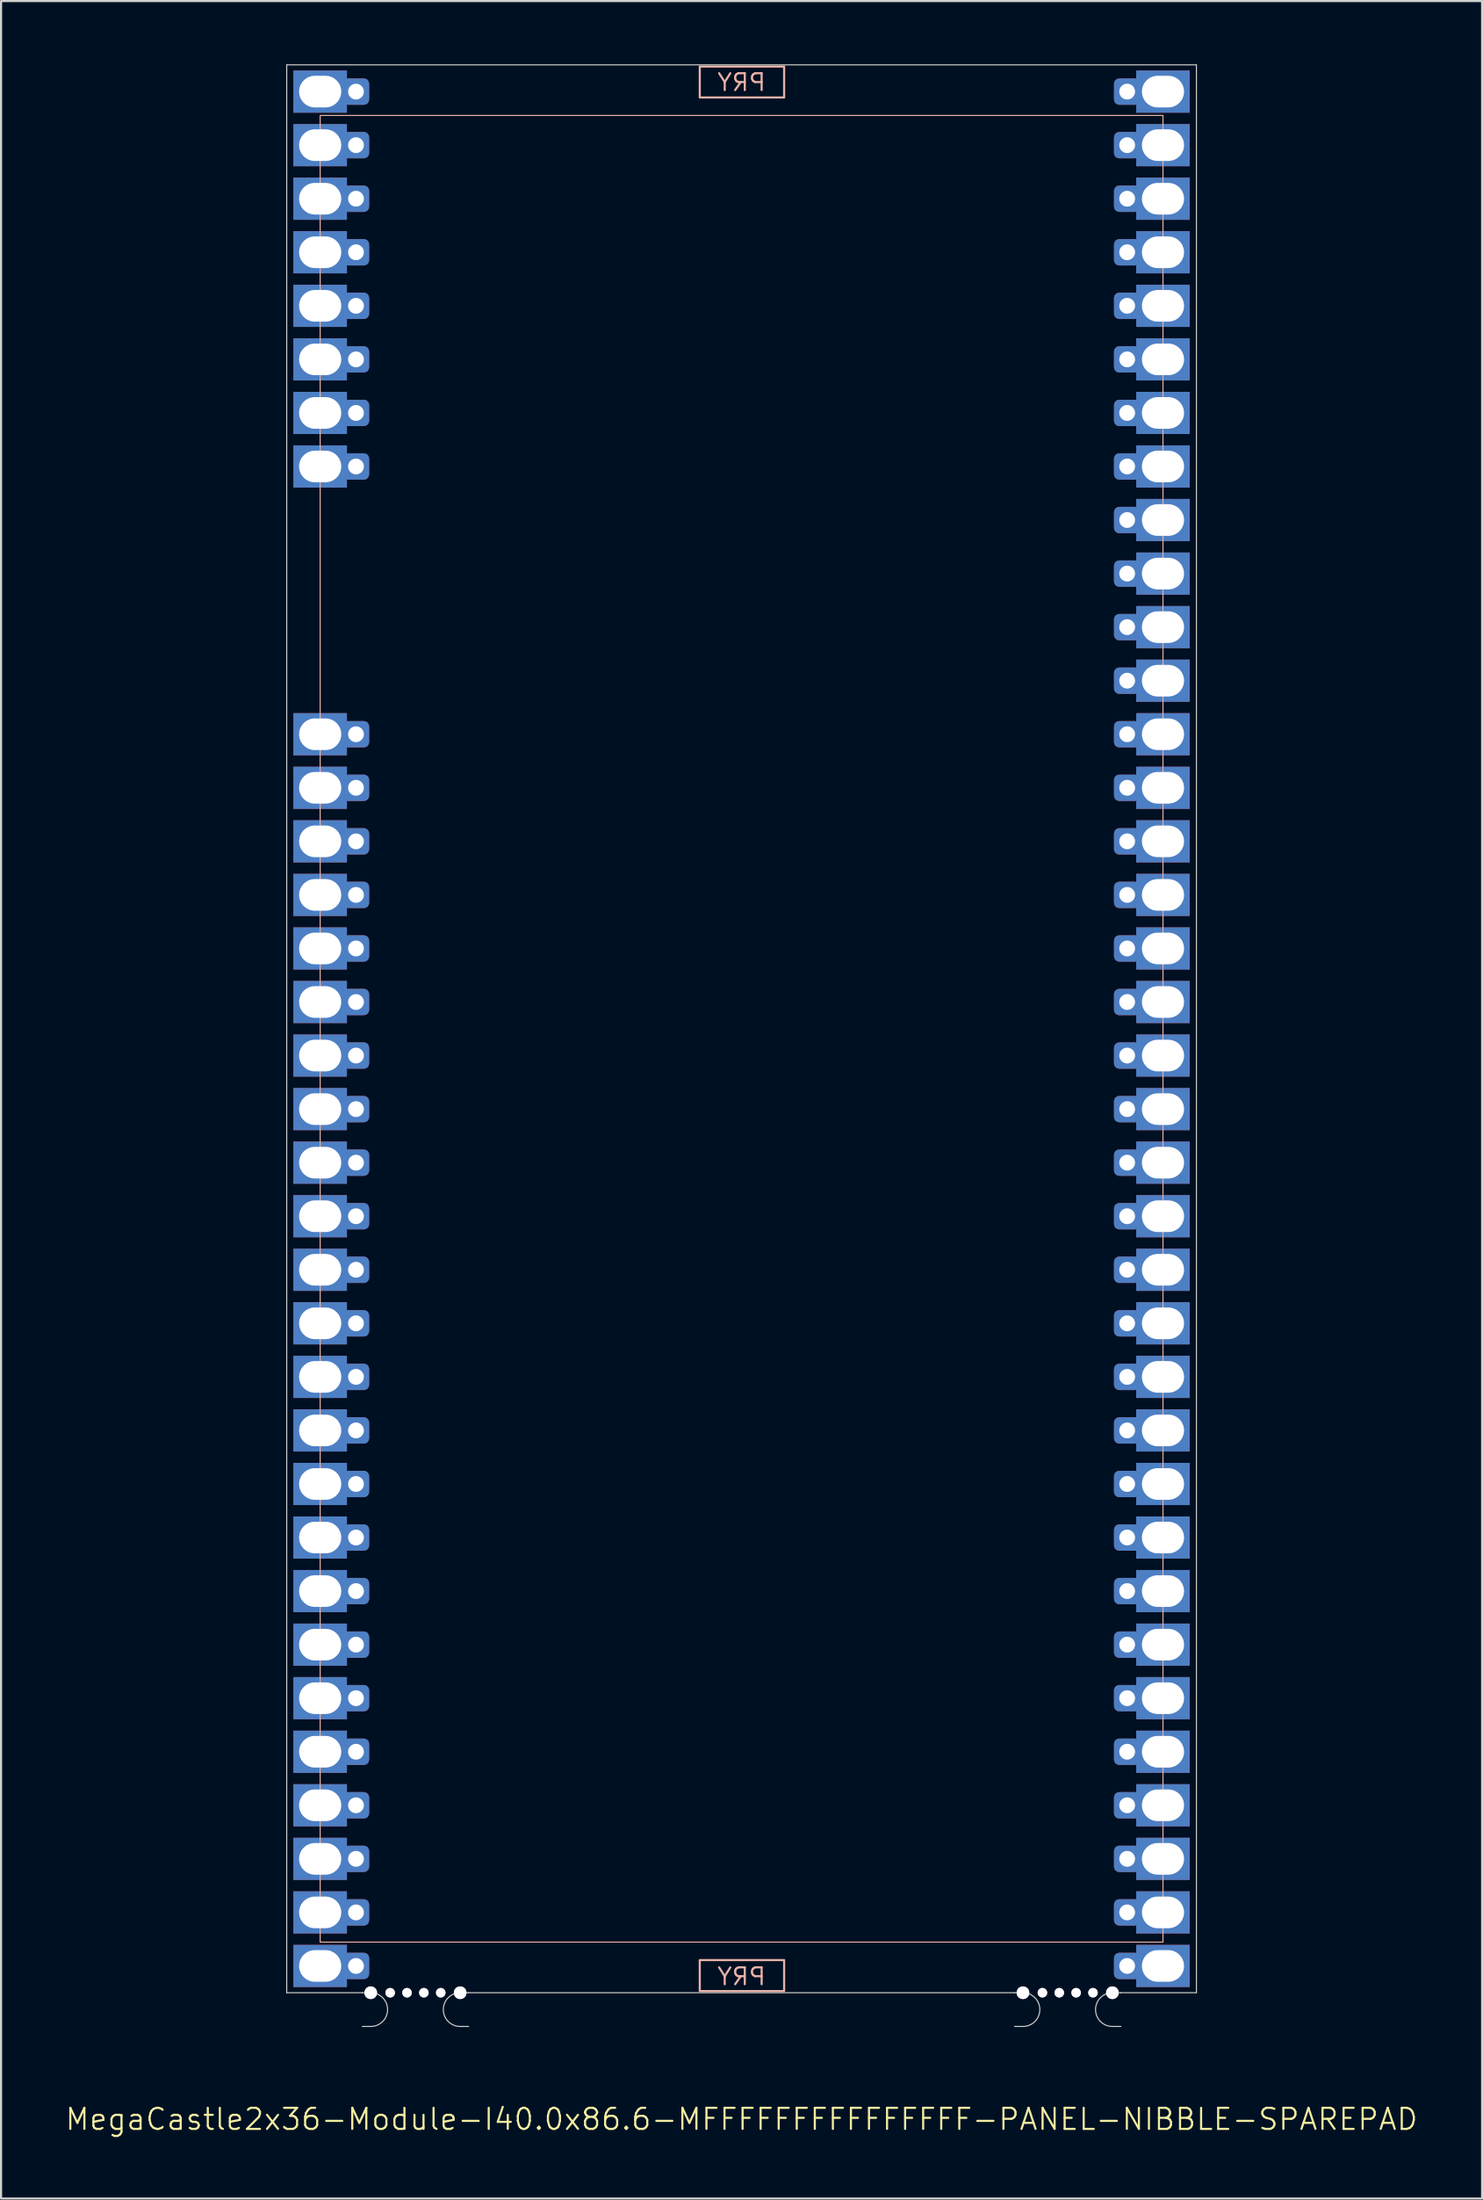
<source format=kicad_pcb>
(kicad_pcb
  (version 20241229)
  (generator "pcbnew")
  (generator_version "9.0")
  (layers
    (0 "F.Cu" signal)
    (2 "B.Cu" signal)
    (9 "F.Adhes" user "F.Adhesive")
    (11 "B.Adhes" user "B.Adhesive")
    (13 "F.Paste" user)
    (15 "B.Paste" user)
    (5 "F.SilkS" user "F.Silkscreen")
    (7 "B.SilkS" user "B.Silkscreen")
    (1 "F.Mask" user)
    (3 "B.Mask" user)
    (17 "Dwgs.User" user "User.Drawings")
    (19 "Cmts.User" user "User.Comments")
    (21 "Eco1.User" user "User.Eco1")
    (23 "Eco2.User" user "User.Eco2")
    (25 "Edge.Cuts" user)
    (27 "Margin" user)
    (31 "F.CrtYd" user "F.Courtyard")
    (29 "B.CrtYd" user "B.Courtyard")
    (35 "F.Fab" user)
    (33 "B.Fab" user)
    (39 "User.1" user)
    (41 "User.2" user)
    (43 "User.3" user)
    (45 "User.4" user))
  (footprint "MegaCastle2x36-Module-I40.0x86.6-MFFFFFFFFFFFFFFF-PANEL-NIBBLE-SPAREPAD"
    (layer "F.Cu")
    (at 32.145 45.745)
    (property "Reference" "MegaCastle2x36-Module-I40.0x86.6-MFFFFFFFFFFFFFFF-PANEL-NIBBLE-SPAREPAD" (at 0 51.72 0) (unlocked yes) (layer "F.SilkS") (effects (font (size 1 1) (thickness 0.1))))
    (attr smd)
    (fp_rect (start -20 43.32) (end 20 -43.32) (stroke (width 0.05) (type default)) (fill no) (layer "B.SilkS"))
    (fp_rect (start -1.984 -44.171) (end 2.02 -45.64) (stroke (width 0.1) (type default)) (fill no) (layer "B.SilkS"))
    (fp_rect (start -1.984 44.171) (end 2.02 45.64) (stroke (width 0.1) (type default)) (fill no) (layer "B.SilkS"))
    (fp_line (start -21.587 -45.72) (end -21.587 45.72) (stroke (width 0.05) (type default)) (layer "Edge.Cuts"))
    (fp_line (start -21.587 -45.72) (end 21.587 -45.72) (stroke (width 0.05) (type default)) (layer "Edge.Cuts"))
    (fp_line (start -21.587 45.72) (end -18 45.72) (stroke (width 0.05) (type default)) (layer "Edge.Cuts"))
    (fp_line (start -18 45.72) (end -17.6 45.72) (stroke (width 0.05) (type default)) (layer "Edge.Cuts"))
    (fp_line (start -18 47.32) (end -17.6 47.32) (stroke (width 0.05) (type default)) (layer "Edge.Cuts"))
    (fp_line (start -12.955 45.72) (end -13.355 45.72) (stroke (width 0.05) (type default)) (layer "Edge.Cuts"))
    (fp_line (start -12.955 45.72) (end 12.955 45.72) (stroke (width 0.05) (type default)) (layer "Edge.Cuts"))
    (fp_line (start -12.955 47.32) (end -13.355 47.32) (stroke (width 0.05) (type default)) (layer "Edge.Cuts"))
    (fp_line (start 12.955 45.72) (end 13.355 45.72) (stroke (width 0.05) (type default)) (layer "Edge.Cuts"))
    (fp_line (start 12.955 47.32) (end 13.355 47.32) (stroke (width 0.05) (type default)) (layer "Edge.Cuts"))
    (fp_line (start 18 45.72) (end 17.6 45.72) (stroke (width 0.05) (type default)) (layer "Edge.Cuts"))
    (fp_line (start 18 45.72) (end 21.587 45.72) (stroke (width 0.05) (type default)) (layer "Edge.Cuts"))
    (fp_line (start 18 47.32) (end 17.6 47.32) (stroke (width 0.05) (type default)) (layer "Edge.Cuts"))
    (fp_line (start 21.587 -45.72) (end 21.587 45.72) (stroke (width 0.05) (type default)) (layer "Edge.Cuts"))
    (fp_arc (start -17.6 45.720001) (mid -16.799999 46.52) (end -17.6 47.32) (stroke (width 0.05) (type default)) (layer "Edge.Cuts"))
    (fp_arc (start -13.355 47.32) (mid -14.154999 46.520001) (end -13.355 45.720001) (stroke (width 0.05) (type default)) (layer "Edge.Cuts"))
    (fp_arc (start 13.355001 45.720001) (mid 14.155002 46.52) (end 13.355001 47.32) (stroke (width 0.05) (type default)) (layer "Edge.Cuts"))
    (fp_arc (start 17.600002 47.32) (mid 16.8 46.52) (end 17.600002 45.720001) (stroke (width 0.05) (type default)) (layer "Edge.Cuts"))
    (fp_text user "PRY" (at 0 45.42 0) (unlocked yes) (layer "B.SilkS") (effects (font (size 0.8 0.8) (thickness 0.1)) (justify bottom mirror)))
    (fp_text user "PRY" (at 0 -44.42 0) (unlocked yes) (layer "B.SilkS") (effects (font (size 0.8 0.8) (thickness 0.1)) (justify bottom mirror)))
    (pad "" np_thru_hole circle (at -17.6 45.72) (size 0.6 0.6) (drill 0.6) (layers "*.Cu" "Edge.Cuts"))
    (pad "" np_thru_hole circle (at -16.677 45.72) (size 0.45 0.45) (drill 0.45) (layers "*.Cu" "Edge.Cuts"))
    (pad "" np_thru_hole circle (at -15.878 45.72) (size 0.45 0.45) (drill 0.45) (layers "*.Cu" "Edge.Cuts"))
    (pad "" np_thru_hole circle (at -15.078 45.72) (size 0.45 0.45) (drill 0.45) (layers "*.Cu" "Edge.Cuts"))
    (pad "" np_thru_hole circle (at -14.277 45.72) (size 0.45 0.45) (drill 0.45) (layers "*.Cu" "Edge.Cuts"))
    (pad "" np_thru_hole circle (at -13.355 45.72) (size 0.6 0.6) (drill 0.6) (layers "*.Cu" "Edge.Cuts"))
    (pad "" np_thru_hole circle (at 13.355 45.72) (size 0.6 0.6) (drill 0.6) (layers "*.Cu" "Edge.Cuts"))
    (pad "" np_thru_hole circle (at 14.278 45.72) (size 0.45 0.45) (drill 0.45) (layers "*.Cu" "Edge.Cuts"))
    (pad "" np_thru_hole circle (at 15.078 45.72) (size 0.45 0.45) (drill 0.45) (layers "*.Cu" "Edge.Cuts"))
    (pad "" np_thru_hole circle (at 15.878 45.72) (size 0.45 0.45) (drill 0.45) (layers "*.Cu" "Edge.Cuts"))
    (pad "" np_thru_hole circle (at 16.678 45.72) (size 0.45 0.45) (drill 0.45) (layers "*.Cu" "Edge.Cuts"))
    (pad "" np_thru_hole circle (at 17.6 45.72) (size 0.6 0.6) (drill 0.6) (layers "*.Cu" "Edge.Cuts"))
    (pad "1" thru_hole rect (at -20 -44.45) (size 2.54 2) (drill oval 2 1.5) (property pad_prop_castellated) (layers "*.Cu" "*.Mask"))
    (pad "1" thru_hole roundrect (at -18.3 -44.45 180) (size 1.25 1.25) (drill 0.75) (layers "*.Cu" "*.Mask") (roundrect_rratio 0.2))
    (pad "2" thru_hole rect (at -20 -41.91) (size 2.54 2) (drill oval 2 1.5) (property pad_prop_castellated) (layers "*.Cu" "*.Mask"))
    (pad "2" thru_hole roundrect (at -18.3 -41.91 180) (size 1.25 1.25) (drill 0.75) (layers "*.Cu" "*.Mask") (roundrect_rratio 0.2))
    (pad "3" thru_hole rect (at -20 -39.37) (size 2.54 2) (drill oval 2 1.5) (property pad_prop_castellated) (layers "*.Cu" "*.Mask"))
    (pad "3" thru_hole roundrect (at -18.3 -39.37 180) (size 1.25 1.25) (drill 0.75) (layers "*.Cu" "*.Mask") (roundrect_rratio 0.2))
    (pad "4" thru_hole rect (at -20 -36.83) (size 2.54 2) (drill oval 2 1.5) (property pad_prop_castellated) (layers "*.Cu" "*.Mask"))
    (pad "4" thru_hole roundrect (at -18.3 -36.83 180) (size 1.25 1.25) (drill 0.75) (layers "*.Cu" "*.Mask") (roundrect_rratio 0.2))
    (pad "5" thru_hole rect (at -20 -34.29) (size 2.54 2) (drill oval 2 1.5) (property pad_prop_castellated) (layers "*.Cu" "*.Mask"))
    (pad "5" thru_hole roundrect (at -18.3 -34.29 180) (size 1.25 1.25) (drill 0.75) (layers "*.Cu" "*.Mask") (roundrect_rratio 0.2))
    (pad "6" thru_hole rect (at -20 -31.75) (size 2.54 2) (drill oval 2 1.5) (property pad_prop_castellated) (layers "*.Cu" "*.Mask"))
    (pad "6" thru_hole roundrect (at -18.3 -31.75 180) (size 1.25 1.25) (drill 0.75) (layers "*.Cu" "*.Mask") (roundrect_rratio 0.2))
    (pad "7" thru_hole rect (at -20 -29.21) (size 2.54 2) (drill oval 2 1.5) (property pad_prop_castellated) (layers "*.Cu" "*.Mask"))
    (pad "7" thru_hole roundrect (at -18.3 -29.21 180) (size 1.25 1.25) (drill 0.75) (layers "*.Cu" "*.Mask") (roundrect_rratio 0.2))
    (pad "8" thru_hole rect (at -20 -26.67) (size 2.54 2) (drill oval 2 1.5) (property pad_prop_castellated) (layers "*.Cu" "*.Mask"))
    (pad "8" thru_hole roundrect (at -18.3 -26.67 180) (size 1.25 1.25) (drill 0.75) (layers "*.Cu" "*.Mask") (roundrect_rratio 0.2))
    (pad "13" thru_hole rect (at -20 -13.97) (size 2.54 2) (drill oval 2 1.5) (property pad_prop_castellated) (layers "*.Cu" "*.Mask"))
    (pad "13" thru_hole roundrect (at -18.3 -13.97 180) (size 1.25 1.25) (drill 0.75) (layers "*.Cu" "*.Mask") (roundrect_rratio 0.2))
    (pad "14" thru_hole rect (at -20 -11.43) (size 2.54 2) (drill oval 2 1.5) (property pad_prop_castellated) (layers "*.Cu" "*.Mask"))
    (pad "14" thru_hole roundrect (at -18.3 -11.43 180) (size 1.25 1.25) (drill 0.75) (layers "*.Cu" "*.Mask") (roundrect_rratio 0.2))
    (pad "15" thru_hole rect (at -20 -8.89) (size 2.54 2) (drill oval 2 1.5) (property pad_prop_castellated) (layers "*.Cu" "*.Mask"))
    (pad "15" thru_hole roundrect (at -18.3 -8.89 180) (size 1.25 1.25) (drill 0.75) (layers "*.Cu" "*.Mask") (roundrect_rratio 0.2))
    (pad "16" thru_hole rect (at -20 -6.35) (size 2.54 2) (drill oval 2 1.5) (property pad_prop_castellated) (layers "*.Cu" "*.Mask"))
    (pad "16" thru_hole roundrect (at -18.3 -6.35 180) (size 1.25 1.25) (drill 0.75) (layers "*.Cu" "*.Mask") (roundrect_rratio 0.2))
    (pad "17" thru_hole rect (at -20 -3.81) (size 2.54 2) (drill oval 2 1.5) (property pad_prop_castellated) (layers "*.Cu" "*.Mask"))
    (pad "17" thru_hole roundrect (at -18.3 -3.81 180) (size 1.25 1.25) (drill 0.75) (layers "*.Cu" "*.Mask") (roundrect_rratio 0.2))
    (pad "18" thru_hole rect (at -20 -1.27) (size 2.54 2) (drill oval 2 1.5) (property pad_prop_castellated) (layers "*.Cu" "*.Mask"))
    (pad "18" thru_hole roundrect (at -18.3 -1.27 180) (size 1.25 1.25) (drill 0.75) (layers "*.Cu" "*.Mask") (roundrect_rratio 0.2))
    (pad "19" thru_hole rect (at -20 1.27) (size 2.54 2) (drill oval 2 1.5) (property pad_prop_castellated) (layers "*.Cu" "*.Mask"))
    (pad "19" thru_hole roundrect (at -18.3 1.27 180) (size 1.25 1.25) (drill 0.75) (layers "*.Cu" "*.Mask") (roundrect_rratio 0.2))
    (pad "20" thru_hole rect (at -20 3.81) (size 2.54 2) (drill oval 2 1.5) (property pad_prop_castellated) (layers "*.Cu" "*.Mask"))
    (pad "20" thru_hole roundrect (at -18.3 3.81 180) (size 1.25 1.25) (drill 0.75) (layers "*.Cu" "*.Mask") (roundrect_rratio 0.2))
    (pad "21" thru_hole rect (at -20 6.35) (size 2.54 2) (drill oval 2 1.5) (property pad_prop_castellated) (layers "*.Cu" "*.Mask"))
    (pad "21" thru_hole roundrect (at -18.3 6.35 180) (size 1.25 1.25) (drill 0.75) (layers "*.Cu" "*.Mask") (roundrect_rratio 0.2))
    (pad "22" thru_hole rect (at -20 8.89) (size 2.54 2) (drill oval 2 1.5) (property pad_prop_castellated) (layers "*.Cu" "*.Mask"))
    (pad "22" thru_hole roundrect (at -18.3 8.89 180) (size 1.25 1.25) (drill 0.75) (layers "*.Cu" "*.Mask") (roundrect_rratio 0.2))
    (pad "23" thru_hole rect (at -20 11.43) (size 2.54 2) (drill oval 2 1.5) (property pad_prop_castellated) (layers "*.Cu" "*.Mask"))
    (pad "23" thru_hole roundrect (at -18.3 11.43 180) (size 1.25 1.25) (drill 0.75) (layers "*.Cu" "*.Mask") (roundrect_rratio 0.2))
    (pad "24" thru_hole rect (at -20 13.97) (size 2.54 2) (drill oval 2 1.5) (property pad_prop_castellated) (layers "*.Cu" "*.Mask"))
    (pad "24" thru_hole roundrect (at -18.3 13.97 180) (size 1.25 1.25) (drill 0.75) (layers "*.Cu" "*.Mask") (roundrect_rratio 0.2))
    (pad "25" thru_hole rect (at -20 16.51) (size 2.54 2) (drill oval 2 1.5) (property pad_prop_castellated) (layers "*.Cu" "*.Mask"))
    (pad "25" thru_hole roundrect (at -18.3 16.51 180) (size 1.25 1.25) (drill 0.75) (layers "*.Cu" "*.Mask") (roundrect_rratio 0.2))
    (pad "26" thru_hole rect (at -20 19.05) (size 2.54 2) (drill oval 2 1.5) (property pad_prop_castellated) (layers "*.Cu" "*.Mask"))
    (pad "26" thru_hole roundrect (at -18.3 19.05 180) (size 1.25 1.25) (drill 0.75) (layers "*.Cu" "*.Mask") (roundrect_rratio 0.2))
    (pad "27" thru_hole rect (at -20 21.59) (size 2.54 2) (drill oval 2 1.5) (property pad_prop_castellated) (layers "*.Cu" "*.Mask"))
    (pad "27" thru_hole roundrect (at -18.3 21.59 180) (size 1.25 1.25) (drill 0.75) (layers "*.Cu" "*.Mask") (roundrect_rratio 0.2))
    (pad "28" thru_hole rect (at -20 24.13) (size 2.54 2) (drill oval 2 1.5) (property pad_prop_castellated) (layers "*.Cu" "*.Mask"))
    (pad "28" thru_hole roundrect (at -18.3 24.13 180) (size 1.25 1.25) (drill 0.75) (layers "*.Cu" "*.Mask") (roundrect_rratio 0.2))
    (pad "29" thru_hole rect (at -20 26.67) (size 2.54 2) (drill oval 2 1.5) (property pad_prop_castellated) (layers "*.Cu" "*.Mask"))
    (pad "29" thru_hole roundrect (at -18.3 26.67 180) (size 1.25 1.25) (drill 0.75) (layers "*.Cu" "*.Mask") (roundrect_rratio 0.2))
    (pad "30" thru_hole rect (at -20 29.21) (size 2.54 2) (drill oval 2 1.5) (property pad_prop_castellated) (layers "*.Cu" "*.Mask"))
    (pad "30" thru_hole roundrect (at -18.3 29.21 180) (size 1.25 1.25) (drill 0.75) (layers "*.Cu" "*.Mask") (roundrect_rratio 0.2))
    (pad "31" thru_hole rect (at -20 31.75) (size 2.54 2) (drill oval 2 1.5) (property pad_prop_castellated) (layers "*.Cu" "*.Mask"))
    (pad "31" thru_hole roundrect (at -18.3 31.75 180) (size 1.25 1.25) (drill 0.75) (layers "*.Cu" "*.Mask") (roundrect_rratio 0.2))
    (pad "32" thru_hole rect (at -20 34.29) (size 2.54 2) (drill oval 2 1.5) (property pad_prop_castellated) (layers "*.Cu" "*.Mask"))
    (pad "32" thru_hole roundrect (at -18.3 34.29 180) (size 1.25 1.25) (drill 0.75) (layers "*.Cu" "*.Mask") (roundrect_rratio 0.2))
    (pad "33" thru_hole rect (at -20 36.83) (size 2.54 2) (drill oval 2 1.5) (property pad_prop_castellated) (layers "*.Cu" "*.Mask"))
    (pad "33" thru_hole roundrect (at -18.3 36.83 180) (size 1.25 1.25) (drill 0.75) (layers "*.Cu" "*.Mask") (roundrect_rratio 0.2))
    (pad "34" thru_hole rect (at -20 39.37) (size 2.54 2) (drill oval 2 1.5) (property pad_prop_castellated) (layers "*.Cu" "*.Mask"))
    (pad "34" thru_hole roundrect (at -18.3 39.37 180) (size 1.25 1.25) (drill 0.75) (layers "*.Cu" "*.Mask") (roundrect_rratio 0.2))
    (pad "35" thru_hole rect (at -20 41.91) (size 2.54 2) (drill oval 2 1.5) (property pad_prop_castellated) (layers "*.Cu" "*.Mask"))
    (pad "35" thru_hole roundrect (at -18.3 41.91 180) (size 1.25 1.25) (drill 0.75) (layers "*.Cu" "*.Mask") (roundrect_rratio 0.2))
    (pad "36" thru_hole rect (at -20 44.45) (size 2.54 2) (drill oval 2 1.5) (property pad_prop_castellated) (layers "*.Cu" "*.Mask"))
    (pad "36" thru_hole roundrect (at -18.3 44.45 180) (size 1.25 1.25) (drill 0.75) (layers "*.Cu" "*.Mask") (roundrect_rratio 0.2))
    (pad "37" thru_hole roundrect (at 18.3 -44.45 180) (size 1.25 1.25) (drill 0.75) (layers "*.Cu" "*.Mask") (roundrect_rratio 0.2))
    (pad "37" thru_hole rect (at 20 -44.45) (size 2.54 2) (drill oval 2 1.5) (property pad_prop_castellated) (layers "*.Cu" "*.Mask"))
    (pad "38" thru_hole roundrect (at 18.3 -41.91 180) (size 1.25 1.25) (drill 0.75) (layers "*.Cu" "*.Mask") (roundrect_rratio 0.2))
    (pad "38" thru_hole rect (at 20 -41.91) (size 2.54 2) (drill oval 2 1.5) (property pad_prop_castellated) (layers "*.Cu" "*.Mask"))
    (pad "39" thru_hole roundrect (at 18.3 -39.37 180) (size 1.25 1.25) (drill 0.75) (layers "*.Cu" "*.Mask") (roundrect_rratio 0.2))
    (pad "39" thru_hole rect (at 20 -39.37) (size 2.54 2) (drill oval 2 1.5) (property pad_prop_castellated) (layers "*.Cu" "*.Mask"))
    (pad "40" thru_hole roundrect (at 18.3 -36.83 180) (size 1.25 1.25) (drill 0.75) (layers "*.Cu" "*.Mask") (roundrect_rratio 0.2))
    (pad "40" thru_hole rect (at 20 -36.83) (size 2.54 2) (drill oval 2 1.5) (property pad_prop_castellated) (layers "*.Cu" "*.Mask"))
    (pad "41" thru_hole roundrect (at 18.3 -34.29 180) (size 1.25 1.25) (drill 0.75) (layers "*.Cu" "*.Mask") (roundrect_rratio 0.2))
    (pad "41" thru_hole rect (at 20 -34.29) (size 2.54 2) (drill oval 2 1.5) (property pad_prop_castellated) (layers "*.Cu" "*.Mask"))
    (pad "42" thru_hole roundrect (at 18.3 -31.75 180) (size 1.25 1.25) (drill 0.75) (layers "*.Cu" "*.Mask") (roundrect_rratio 0.2))
    (pad "42" thru_hole rect (at 20 -31.75) (size 2.54 2) (drill oval 2 1.5) (property pad_prop_castellated) (layers "*.Cu" "*.Mask"))
    (pad "43" thru_hole roundrect (at 18.3 -29.21 180) (size 1.25 1.25) (drill 0.75) (layers "*.Cu" "*.Mask") (roundrect_rratio 0.2))
    (pad "43" thru_hole rect (at 20 -29.21) (size 2.54 2) (drill oval 2 1.5) (property pad_prop_castellated) (layers "*.Cu" "*.Mask"))
    (pad "44" thru_hole roundrect (at 18.3 -26.67 180) (size 1.25 1.25) (drill 0.75) (layers "*.Cu" "*.Mask") (roundrect_rratio 0.2))
    (pad "44" thru_hole rect (at 20 -26.67) (size 2.54 2) (drill oval 2 1.5) (property pad_prop_castellated) (layers "*.Cu" "*.Mask"))
    (pad "45" thru_hole roundrect (at 18.3 -24.13 180) (size 1.25 1.25) (drill 0.75) (layers "*.Cu" "*.Mask") (roundrect_rratio 0.2))
    (pad "45" thru_hole rect (at 20 -24.13) (size 2.54 2) (drill oval 2 1.5) (property pad_prop_castellated) (layers "*.Cu" "*.Mask"))
    (pad "46" thru_hole roundrect (at 18.3 -21.59 180) (size 1.25 1.25) (drill 0.75) (layers "*.Cu" "*.Mask") (roundrect_rratio 0.2))
    (pad "46" thru_hole rect (at 20 -21.59) (size 2.54 2) (drill oval 2 1.5) (property pad_prop_castellated) (layers "*.Cu" "*.Mask"))
    (pad "47" thru_hole roundrect (at 18.3 -19.05 180) (size 1.25 1.25) (drill 0.75) (layers "*.Cu" "*.Mask") (roundrect_rratio 0.2))
    (pad "47" thru_hole rect (at 20 -19.05) (size 2.54 2) (drill oval 2 1.5) (property pad_prop_castellated) (layers "*.Cu" "*.Mask"))
    (pad "48" thru_hole roundrect (at 18.3 -16.51 180) (size 1.25 1.25) (drill 0.75) (layers "*.Cu" "*.Mask") (roundrect_rratio 0.2))
    (pad "48" thru_hole rect (at 20 -16.51) (size 2.54 2) (drill oval 2 1.5) (property pad_prop_castellated) (layers "*.Cu" "*.Mask"))
    (pad "49" thru_hole roundrect (at 18.3 -13.97 180) (size 1.25 1.25) (drill 0.75) (layers "*.Cu" "*.Mask") (roundrect_rratio 0.2))
    (pad "49" thru_hole rect (at 20 -13.97) (size 2.54 2) (drill oval 2 1.5) (property pad_prop_castellated) (layers "*.Cu" "*.Mask"))
    (pad "50" thru_hole roundrect (at 18.3 -11.43 180) (size 1.25 1.25) (drill 0.75) (layers "*.Cu" "*.Mask") (roundrect_rratio 0.2))
    (pad "50" thru_hole rect (at 20 -11.43) (size 2.54 2) (drill oval 2 1.5) (property pad_prop_castellated) (layers "*.Cu" "*.Mask"))
    (pad "51" thru_hole roundrect (at 18.3 -8.89 180) (size 1.25 1.25) (drill 0.75) (layers "*.Cu" "*.Mask") (roundrect_rratio 0.2))
    (pad "51" thru_hole rect (at 20 -8.89) (size 2.54 2) (drill oval 2 1.5) (property pad_prop_castellated) (layers "*.Cu" "*.Mask"))
    (pad "52" thru_hole roundrect (at 18.3 -6.35 180) (size 1.25 1.25) (drill 0.75) (layers "*.Cu" "*.Mask") (roundrect_rratio 0.2))
    (pad "52" thru_hole rect (at 20 -6.35) (size 2.54 2) (drill oval 2 1.5) (property pad_prop_castellated) (layers "*.Cu" "*.Mask"))
    (pad "53" thru_hole roundrect (at 18.3 -3.81 180) (size 1.25 1.25) (drill 0.75) (layers "*.Cu" "*.Mask") (roundrect_rratio 0.2))
    (pad "53" thru_hole rect (at 20 -3.81) (size 2.54 2) (drill oval 2 1.5) (property pad_prop_castellated) (layers "*.Cu" "*.Mask"))
    (pad "54" thru_hole roundrect (at 18.3 -1.27 180) (size 1.25 1.25) (drill 0.75) (layers "*.Cu" "*.Mask") (roundrect_rratio 0.2))
    (pad "54" thru_hole rect (at 20 -1.27) (size 2.54 2) (drill oval 2 1.5) (property pad_prop_castellated) (layers "*.Cu" "*.Mask"))
    (pad "55" thru_hole roundrect (at 18.3 1.27 180) (size 1.25 1.25) (drill 0.75) (layers "*.Cu" "*.Mask") (roundrect_rratio 0.2))
    (pad "55" thru_hole rect (at 20 1.27) (size 2.54 2) (drill oval 2 1.5) (property pad_prop_castellated) (layers "*.Cu" "*.Mask"))
    (pad "56" thru_hole roundrect (at 18.3 3.81 180) (size 1.25 1.25) (drill 0.75) (layers "*.Cu" "*.Mask") (roundrect_rratio 0.2))
    (pad "56" thru_hole rect (at 20 3.81) (size 2.54 2) (drill oval 2 1.5) (property pad_prop_castellated) (layers "*.Cu" "*.Mask"))
    (pad "57" thru_hole roundrect (at 18.3 6.35 180) (size 1.25 1.25) (drill 0.75) (layers "*.Cu" "*.Mask") (roundrect_rratio 0.2))
    (pad "57" thru_hole rect (at 20 6.35) (size 2.54 2) (drill oval 2 1.5) (property pad_prop_castellated) (layers "*.Cu" "*.Mask"))
    (pad "58" thru_hole roundrect (at 18.3 8.89 180) (size 1.25 1.25) (drill 0.75) (layers "*.Cu" "*.Mask") (roundrect_rratio 0.2))
    (pad "58" thru_hole rect (at 20 8.89) (size 2.54 2) (drill oval 2 1.5) (property pad_prop_castellated) (layers "*.Cu" "*.Mask"))
    (pad "59" thru_hole roundrect (at 18.3 11.43 180) (size 1.25 1.25) (drill 0.75) (layers "*.Cu" "*.Mask") (roundrect_rratio 0.2))
    (pad "59" thru_hole rect (at 20 11.43) (size 2.54 2) (drill oval 2 1.5) (property pad_prop_castellated) (layers "*.Cu" "*.Mask"))
    (pad "60" thru_hole roundrect (at 18.3 13.97 180) (size 1.25 1.25) (drill 0.75) (layers "*.Cu" "*.Mask") (roundrect_rratio 0.2))
    (pad "60" thru_hole rect (at 20 13.97) (size 2.54 2) (drill oval 2 1.5) (property pad_prop_castellated) (layers "*.Cu" "*.Mask"))
    (pad "61" thru_hole roundrect (at 18.3 16.51 180) (size 1.25 1.25) (drill 0.75) (layers "*.Cu" "*.Mask") (roundrect_rratio 0.2))
    (pad "61" thru_hole rect (at 20 16.51) (size 2.54 2) (drill oval 2 1.5) (property pad_prop_castellated) (layers "*.Cu" "*.Mask"))
    (pad "62" thru_hole roundrect (at 18.3 19.05 180) (size 1.25 1.25) (drill 0.75) (layers "*.Cu" "*.Mask") (roundrect_rratio 0.2))
    (pad "62" thru_hole rect (at 20 19.05) (size 2.54 2) (drill oval 2 1.5) (property pad_prop_castellated) (layers "*.Cu" "*.Mask"))
    (pad "63" thru_hole roundrect (at 18.3 21.59 180) (size 1.25 1.25) (drill 0.75) (layers "*.Cu" "*.Mask") (roundrect_rratio 0.2))
    (pad "63" thru_hole rect (at 20 21.59) (size 2.54 2) (drill oval 2 1.5) (property pad_prop_castellated) (layers "*.Cu" "*.Mask"))
    (pad "64" thru_hole roundrect (at 18.3 24.13 180) (size 1.25 1.25) (drill 0.75) (layers "*.Cu" "*.Mask") (roundrect_rratio 0.2))
    (pad "64" thru_hole rect (at 20 24.13) (size 2.54 2) (drill oval 2 1.5) (property pad_prop_castellated) (layers "*.Cu" "*.Mask"))
    (pad "65" thru_hole roundrect (at 18.3 26.67 180) (size 1.25 1.25) (drill 0.75) (layers "*.Cu" "*.Mask") (roundrect_rratio 0.2))
    (pad "65" thru_hole rect (at 20 26.67) (size 2.54 2) (drill oval 2 1.5) (property pad_prop_castellated) (layers "*.Cu" "*.Mask"))
    (pad "66" thru_hole roundrect (at 18.3 29.21 180) (size 1.25 1.25) (drill 0.75) (layers "*.Cu" "*.Mask") (roundrect_rratio 0.2))
    (pad "66" thru_hole rect (at 20 29.21) (size 2.54 2) (drill oval 2 1.5) (property pad_prop_castellated) (layers "*.Cu" "*.Mask"))
    (pad "67" thru_hole roundrect (at 18.3 31.75 180) (size 1.25 1.25) (drill 0.75) (layers "*.Cu" "*.Mask") (roundrect_rratio 0.2))
    (pad "67" thru_hole rect (at 20 31.75) (size 2.54 2) (drill oval 2 1.5) (property pad_prop_castellated) (layers "*.Cu" "*.Mask"))
    (pad "68" thru_hole roundrect (at 18.3 34.29 180) (size 1.25 1.25) (drill 0.75) (layers "*.Cu" "*.Mask") (roundrect_rratio 0.2))
    (pad "68" thru_hole rect (at 20 34.29) (size 2.54 2) (drill oval 2 1.5) (property pad_prop_castellated) (layers "*.Cu" "*.Mask"))
    (pad "69" thru_hole roundrect (at 18.3 36.83 180) (size 1.25 1.25) (drill 0.75) (layers "*.Cu" "*.Mask") (roundrect_rratio 0.2))
    (pad "69" thru_hole rect (at 20 36.83) (size 2.54 2) (drill oval 2 1.5) (property pad_prop_castellated) (layers "*.Cu" "*.Mask"))
    (pad "70" thru_hole roundrect (at 18.3 39.37 180) (size 1.25 1.25) (drill 0.75) (layers "*.Cu" "*.Mask") (roundrect_rratio 0.2))
    (pad "70" thru_hole rect (at 20 39.37) (size 2.54 2) (drill oval 2 1.5) (property pad_prop_castellated) (layers "*.Cu" "*.Mask"))
    (pad "71" thru_hole roundrect (at 18.3 41.91 180) (size 1.25 1.25) (drill 0.75) (layers "*.Cu" "*.Mask") (roundrect_rratio 0.2))
    (pad "71" thru_hole rect (at 20 41.91) (size 2.54 2) (drill oval 2 1.5) (property pad_prop_castellated) (layers "*.Cu" "*.Mask"))
    (pad "72" thru_hole roundrect (at 18.3 44.45 180) (size 1.25 1.25) (drill 0.75) (layers "*.Cu" "*.Mask") (roundrect_rratio 0.2))
    (pad "72" thru_hole rect (at 20 44.45) (size 2.54 2) (drill oval 2 1.5) (property pad_prop_castellated) (layers "*.Cu" "*.Mask"))
    (zone (net_name "") (layer "B.Cu") (hatch edge 0.5) (connect_pads) (min_thickness 0.25) (filled_areas_thickness no) (keepout (tracks allowed) (vias allowed) (pads allowed) (copperpour allowed) (footprints not_allowed)) (placement (enabled no)) (fill) (polygon (pts (xy 12.145 91.465) (xy 12.145 0.025))))
    (zone (net_name "") (layer "B.Cu") (hatch edge 0.5) (connect_pads) (min_thickness 0.25) (filled_areas_thickness no) (keepout (tracks allowed) (vias allowed) (pads allowed) (copperpour allowed) (footprints not_allowed)) (placement (enabled no)) (fill) (polygon (pts (xy 52.145 91.465) (xy 52.145 0.025))))
    (zone (net_name "") (layer "B.Cu") (hatch edge 0.5) (connect_pads) (min_thickness 0.25) (filled_areas_thickness no) (keepout (tracks allowed) (vias allowed) (pads allowed) (copperpour allowed) (footprints not_allowed)) (placement (enabled no)) (fill) (polygon (pts (xy 12.145 0.025) (xy 12.145 2.425) (xy 52.145 2.425) (xy 52.145 0.025))))
    (zone (net_name "") (layer "B.Cu") (hatch edge 0.5) (connect_pads) (min_thickness 0.25) (filled_areas_thickness no) (keepout (tracks allowed) (vias allowed) (pads allowed) (copperpour allowed) (footprints not_allowed)) (placement (enabled no)) (fill) (polygon (pts (xy 12.145 91.465) (xy 12.145 89.065) (xy 52.145 89.065) (xy 52.145 91.465))))
    (zone (net_name "") (layer "B.Cu") (name "Upper Pry Zone") (hatch edge 0.5) (connect_pads) (min_thickness 0.25) (filled_areas_thickness no) (keepout (tracks not_allowed) (vias not_allowed) (pads not_allowed) (copperpour allowed) (footprints not_allowed)) (placement (enabled no)) (fill) (polygon (pts (xy 30.161 1.574) (xy 30.161 0.105) (xy 34.165 0.105) (xy 34.165 1.574))))
    (zone (net_name "") (layer "B.Cu") (name "Upper Pry Zone") (hatch edge 0.5) (connect_pads) (min_thickness 0.25) (filled_areas_thickness no) (keepout (tracks not_allowed) (vias not_allowed) (pads not_allowed) (copperpour allowed) (footprints not_allowed)) (placement (enabled no)) (fill) (polygon (pts (xy 30.161 89.916) (xy 30.161 91.385) (xy 34.165 91.385) (xy 34.165 89.916)))))
  (gr_rect
    (start -3 -3)
    (end 67.29 101.226)
    (stroke (width 0.1) (type default))
    (fill no)
    (layer "Edge.Cuts")))
</source>
